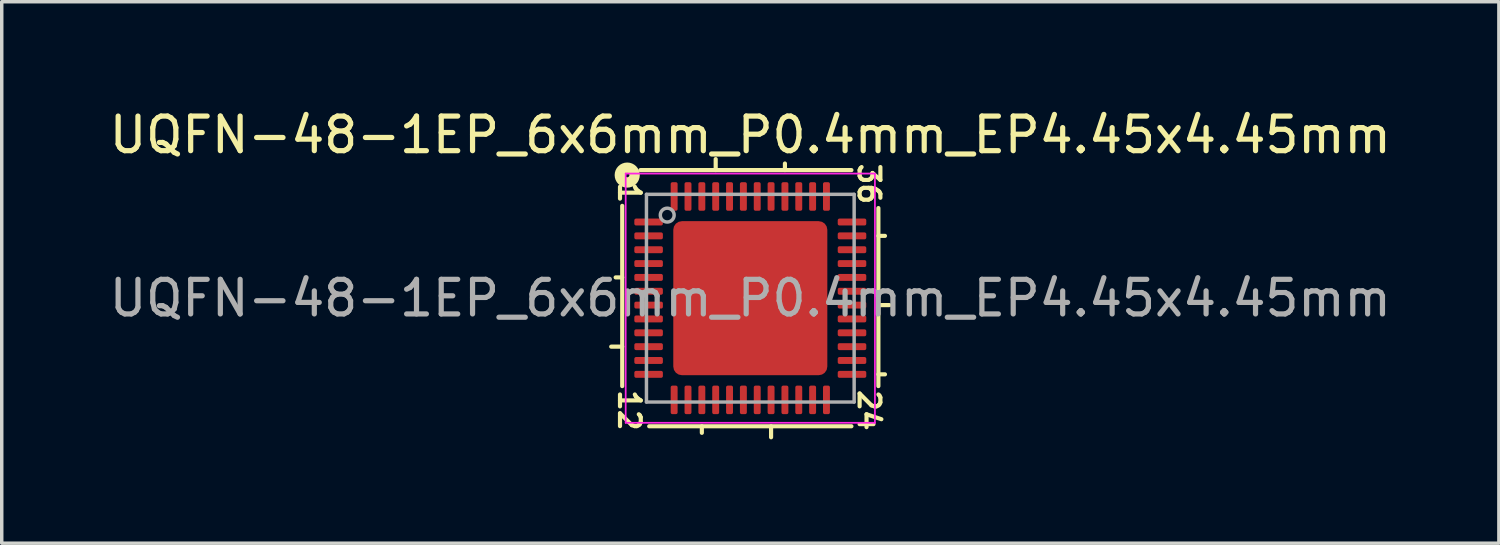
<source format=kicad_pcb>
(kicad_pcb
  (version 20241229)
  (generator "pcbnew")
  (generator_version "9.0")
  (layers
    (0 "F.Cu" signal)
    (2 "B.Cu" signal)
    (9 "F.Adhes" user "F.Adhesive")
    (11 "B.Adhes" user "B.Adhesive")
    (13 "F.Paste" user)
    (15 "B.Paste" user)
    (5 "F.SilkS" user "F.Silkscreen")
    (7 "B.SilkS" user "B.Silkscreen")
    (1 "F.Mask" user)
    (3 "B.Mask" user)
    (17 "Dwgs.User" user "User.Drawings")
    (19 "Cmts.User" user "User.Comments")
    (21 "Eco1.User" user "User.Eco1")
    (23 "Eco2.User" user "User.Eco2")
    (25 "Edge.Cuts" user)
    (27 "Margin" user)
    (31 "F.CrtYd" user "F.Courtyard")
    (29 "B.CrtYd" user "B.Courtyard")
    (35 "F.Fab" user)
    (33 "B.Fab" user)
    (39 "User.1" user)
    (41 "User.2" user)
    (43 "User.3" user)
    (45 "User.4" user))
  (footprint "UQFN-48-1EP_6x6mm_P0.4mm_EP4.45x4.45mm"
    (layer "F.Cu")
    (at 18.625 5.564)
    (property "Reference" "UQFN-48-1EP_6x6mm_P0.4mm_EP4.45x4.45mm" (at 0 -4.716 0) (layer "F.SilkS") (effects (font (size 1 1) (thickness 0.15))))
    (attr smd)
    (fp_line (start -3.7 -2.667) (end -3.7 2.54) (stroke (width 0.12) (type solid)) (layer "F.SilkS"))
    (fp_line (start -3.7 -0.6) (end -3.89 -0.6) (stroke (width 0.12) (type solid)) (layer "F.SilkS"))
    (fp_line (start -3.7 1.4) (end -4.018 1.4) (stroke (width 0.12) (type solid)) (layer "F.SilkS"))
    (fp_line (start -2.921 3.7) (end 2.921 3.7) (stroke (width 0.12) (type solid)) (layer "F.SilkS"))
    (fp_line (start -1.4 3.89) (end -1.4 3.7) (stroke (width 0.12) (type solid)) (layer "F.SilkS"))
    (fp_line (start -1 -3.7) (end -1 -4.018) (stroke (width 0.12) (type solid)) (layer "F.SilkS"))
    (fp_line (start 0.6 3.7) (end 0.6 4.018) (stroke (width 0.12) (type solid)) (layer "F.SilkS"))
    (fp_line (start 1 -3.7) (end 1 -3.89) (stroke (width 0.12) (type solid)) (layer "F.SilkS"))
    (fp_line (start 2.921 -3.7) (end -3.175 -3.7) (stroke (width 0.12) (type solid)) (layer "F.SilkS"))
    (fp_line (start 3.7 -1.8) (end 3.89 -1.8) (stroke (width 0.12) (type solid)) (layer "F.SilkS"))
    (fp_line (start 3.7 0.2) (end 4.018 0.2) (stroke (width 0.12) (type solid)) (layer "F.SilkS"))
    (fp_line (start 3.7 2.2) (end 3.89 2.2) (stroke (width 0.12) (type solid)) (layer "F.SilkS"))
    (fp_line (start 3.7 2.54) (end 3.7 -2.603) (stroke (width 0.12) (type solid)) (layer "F.SilkS"))
    (fp_circle (center -3.556 -3.556) (end -3.493 -3.556) (stroke (width 0.3) (type solid)) (fill no) (layer "F.SilkS"))
    (fp_line (start -3.6 -3.6) (end -3.6 3.6) (stroke (width 0.05) (type solid)) (layer "F.CrtYd"))
    (fp_line (start -3.6 3.6) (end 3.6 3.6) (stroke (width 0.05) (type solid)) (layer "F.CrtYd"))
    (fp_line (start 3.6 -3.6) (end -3.6 -3.6) (stroke (width 0.05) (type solid)) (layer "F.CrtYd"))
    (fp_line (start 3.6 3.6) (end 3.6 -3.6) (stroke (width 0.05) (type solid)) (layer "F.CrtYd"))
    (fp_line (start -3 -3) (end 3 -3) (stroke (width 0.1) (type solid)) (layer "F.Fab"))
    (fp_line (start -3 3) (end -3 -3) (stroke (width 0.1) (type solid)) (layer "F.Fab"))
    (fp_line (start 3 -3) (end 3 3) (stroke (width 0.1) (type solid)) (layer "F.Fab"))
    (fp_line (start 3 3) (end -3 3) (stroke (width 0.1) (type solid)) (layer "F.Fab"))
    (fp_circle (center -2.4 -2.4) (end -2.2 -2.4) (stroke (width 0.1) (type solid)) (fill no) (layer "F.Fab"))
    (fp_text user "24" (at 3.429 3.239 270) (unlocked yes) (layer "F.SilkS") (effects (font (size 0.6 0.6) (thickness 0.12))))
    (fp_text user "1" (at -3.493 -3.048 270) (unlocked yes) (layer "F.SilkS") (effects (font (size 0.6 0.6) (thickness 0.12))))
    (fp_text user "12" (at -3.493 3.239 270) (unlocked yes) (layer "F.SilkS") (effects (font (size 0.6 0.6) (thickness 0.12))))
    (fp_text user "36" (at 3.429 -3.302 270) (unlocked yes) (layer "F.SilkS") (effects (font (size 0.6 0.6) (thickness 0.12))))
    (fp_text user "${REFERENCE}" (at 0 0 0) (layer "F.Fab") (effects (font (size 1 1) (thickness 0.15))))
    (pad "" smd roundrect (at -1.48 -1.48) (size 1.2 1.2) (layers "F.Paste") (roundrect_rratio 0.208))
    (pad "" smd roundrect (at -1.48 0) (size 1.2 1.2) (layers "F.Paste") (roundrect_rratio 0.208))
    (pad "" smd roundrect (at -1.48 1.48) (size 1.2 1.2) (layers "F.Paste") (roundrect_rratio 0.208))
    (pad "" smd roundrect (at 0 -1.48) (size 1.2 1.2) (layers "F.Paste") (roundrect_rratio 0.208))
    (pad "" smd roundrect (at 0 0) (size 1.2 1.2) (layers "F.Paste") (roundrect_rratio 0.208))
    (pad "" smd roundrect (at 0 1.48) (size 1.2 1.2) (layers "F.Paste") (roundrect_rratio 0.208))
    (pad "" smd roundrect (at 1.48 -1.48) (size 1.2 1.2) (layers "F.Paste") (roundrect_rratio 0.208))
    (pad "" smd roundrect (at 1.48 0) (size 1.2 1.2) (layers "F.Paste") (roundrect_rratio 0.208))
    (pad "" smd roundrect (at 1.48 1.48) (size 1.2 1.2) (layers "F.Paste") (roundrect_rratio 0.208))
    (pad "1" smd roundrect (at -2.938 -2.2) (size 0.825 0.2) (layers "F.Cu" "F.Mask" "F.Paste") (roundrect_rratio 0.25))
    (pad "2" smd roundrect (at -2.938 -1.8) (size 0.825 0.2) (layers "F.Cu" "F.Mask" "F.Paste") (roundrect_rratio 0.25))
    (pad "3" smd roundrect (at -2.938 -1.4) (size 0.825 0.2) (layers "F.Cu" "F.Mask" "F.Paste") (roundrect_rratio 0.25))
    (pad "4" smd roundrect (at -2.938 -1) (size 0.825 0.2) (layers "F.Cu" "F.Mask" "F.Paste") (roundrect_rratio 0.25))
    (pad "5" smd roundrect (at -2.938 -0.6) (size 0.825 0.2) (layers "F.Cu" "F.Mask" "F.Paste") (roundrect_rratio 0.25))
    (pad "6" smd roundrect (at -2.938 -0.2) (size 0.825 0.2) (layers "F.Cu" "F.Mask" "F.Paste") (roundrect_rratio 0.25))
    (pad "7" smd roundrect (at -2.938 0.2) (size 0.825 0.2) (layers "F.Cu" "F.Mask" "F.Paste") (roundrect_rratio 0.25))
    (pad "8" smd roundrect (at -2.938 0.6) (size 0.825 0.2) (layers "F.Cu" "F.Mask" "F.Paste") (roundrect_rratio 0.25))
    (pad "9" smd roundrect (at -2.938 1) (size 0.825 0.2) (layers "F.Cu" "F.Mask" "F.Paste") (roundrect_rratio 0.25))
    (pad "10" smd roundrect (at -2.938 1.4) (size 0.825 0.2) (layers "F.Cu" "F.Mask" "F.Paste") (roundrect_rratio 0.25))
    (pad "11" smd roundrect (at -2.938 1.8) (size 0.825 0.2) (layers "F.Cu" "F.Mask" "F.Paste") (roundrect_rratio 0.25))
    (pad "12" smd roundrect (at -2.938 2.2) (size 0.825 0.2) (layers "F.Cu" "F.Mask" "F.Paste") (roundrect_rratio 0.25))
    (pad "13" smd roundrect (at -2.2 2.938) (size 0.2 0.825) (layers "F.Cu" "F.Mask" "F.Paste") (roundrect_rratio 0.25))
    (pad "14" smd roundrect (at -1.8 2.938) (size 0.2 0.825) (layers "F.Cu" "F.Mask" "F.Paste") (roundrect_rratio 0.25))
    (pad "15" smd roundrect (at -1.4 2.938) (size 0.2 0.825) (layers "F.Cu" "F.Mask" "F.Paste") (roundrect_rratio 0.25))
    (pad "16" smd roundrect (at -1 2.938) (size 0.2 0.825) (layers "F.Cu" "F.Mask" "F.Paste") (roundrect_rratio 0.25))
    (pad "17" smd roundrect (at -0.6 2.938) (size 0.2 0.825) (layers "F.Cu" "F.Mask" "F.Paste") (roundrect_rratio 0.25))
    (pad "18" smd roundrect (at -0.2 2.938) (size 0.2 0.825) (layers "F.Cu" "F.Mask" "F.Paste") (roundrect_rratio 0.25))
    (pad "19" smd roundrect (at 0.2 2.938) (size 0.2 0.825) (layers "F.Cu" "F.Mask" "F.Paste") (roundrect_rratio 0.25))
    (pad "20" smd roundrect (at 0.6 2.938) (size 0.2 0.825) (layers "F.Cu" "F.Mask" "F.Paste") (roundrect_rratio 0.25))
    (pad "21" smd roundrect (at 1 2.938) (size 0.2 0.825) (layers "F.Cu" "F.Mask" "F.Paste") (roundrect_rratio 0.25))
    (pad "22" smd roundrect (at 1.4 2.938) (size 0.2 0.825) (layers "F.Cu" "F.Mask" "F.Paste") (roundrect_rratio 0.25))
    (pad "23" smd roundrect (at 1.8 2.938) (size 0.2 0.825) (layers "F.Cu" "F.Mask" "F.Paste") (roundrect_rratio 0.25))
    (pad "24" smd roundrect (at 2.2 2.938) (size 0.2 0.825) (layers "F.Cu" "F.Mask" "F.Paste") (roundrect_rratio 0.25))
    (pad "25" smd roundrect (at 2.938 2.2) (size 0.825 0.2) (layers "F.Cu" "F.Mask" "F.Paste") (roundrect_rratio 0.25))
    (pad "26" smd roundrect (at 2.938 1.8) (size 0.825 0.2) (layers "F.Cu" "F.Mask" "F.Paste") (roundrect_rratio 0.25))
    (pad "27" smd roundrect (at 2.938 1.4) (size 0.825 0.2) (layers "F.Cu" "F.Mask" "F.Paste") (roundrect_rratio 0.25))
    (pad "28" smd roundrect (at 2.938 1) (size 0.825 0.2) (layers "F.Cu" "F.Mask" "F.Paste") (roundrect_rratio 0.25))
    (pad "29" smd roundrect (at 2.938 0.6) (size 0.825 0.2) (layers "F.Cu" "F.Mask" "F.Paste") (roundrect_rratio 0.25))
    (pad "30" smd roundrect (at 2.938 0.2) (size 0.825 0.2) (layers "F.Cu" "F.Mask" "F.Paste") (roundrect_rratio 0.25))
    (pad "31" smd roundrect (at 2.938 -0.2) (size 0.825 0.2) (layers "F.Cu" "F.Mask" "F.Paste") (roundrect_rratio 0.25))
    (pad "32" smd roundrect (at 2.938 -0.6) (size 0.825 0.2) (layers "F.Cu" "F.Mask" "F.Paste") (roundrect_rratio 0.25))
    (pad "33" smd roundrect (at 2.938 -1) (size 0.825 0.2) (layers "F.Cu" "F.Mask" "F.Paste") (roundrect_rratio 0.25))
    (pad "34" smd roundrect (at 2.938 -1.4) (size 0.825 0.2) (layers "F.Cu" "F.Mask" "F.Paste") (roundrect_rratio 0.25))
    (pad "35" smd roundrect (at 2.938 -1.8) (size 0.825 0.2) (layers "F.Cu" "F.Mask" "F.Paste") (roundrect_rratio 0.25))
    (pad "36" smd roundrect (at 2.938 -2.2) (size 0.825 0.2) (layers "F.Cu" "F.Mask" "F.Paste") (roundrect_rratio 0.25))
    (pad "37" smd roundrect (at 2.2 -2.938) (size 0.2 0.825) (layers "F.Cu" "F.Mask" "F.Paste") (roundrect_rratio 0.25))
    (pad "38" smd roundrect (at 1.8 -2.938) (size 0.2 0.825) (layers "F.Cu" "F.Mask" "F.Paste") (roundrect_rratio 0.25))
    (pad "39" smd roundrect (at 1.4 -2.938) (size 0.2 0.825) (layers "F.Cu" "F.Mask" "F.Paste") (roundrect_rratio 0.25))
    (pad "40" smd roundrect (at 1 -2.938) (size 0.2 0.825) (layers "F.Cu" "F.Mask" "F.Paste") (roundrect_rratio 0.25))
    (pad "41" smd roundrect (at 0.6 -2.938) (size 0.2 0.825) (layers "F.Cu" "F.Mask" "F.Paste") (roundrect_rratio 0.25))
    (pad "42" smd roundrect (at 0.2 -2.938) (size 0.2 0.825) (layers "F.Cu" "F.Mask" "F.Paste") (roundrect_rratio 0.25))
    (pad "43" smd roundrect (at -0.2 -2.938) (size 0.2 0.825) (layers "F.Cu" "F.Mask" "F.Paste") (roundrect_rratio 0.25))
    (pad "44" smd roundrect (at -0.6 -2.938) (size 0.2 0.825) (layers "F.Cu" "F.Mask" "F.Paste") (roundrect_rratio 0.25))
    (pad "45" smd roundrect (at -1 -2.938) (size 0.2 0.825) (layers "F.Cu" "F.Mask" "F.Paste") (roundrect_rratio 0.25))
    (pad "46" smd roundrect (at -1.4 -2.938) (size 0.2 0.825) (layers "F.Cu" "F.Mask" "F.Paste") (roundrect_rratio 0.25))
    (pad "47" smd roundrect (at -1.8 -2.938) (size 0.2 0.825) (layers "F.Cu" "F.Mask" "F.Paste") (roundrect_rratio 0.25))
    (pad "48" smd roundrect (at -2.2 -2.938) (size 0.2 0.825) (layers "F.Cu" "F.Mask" "F.Paste") (roundrect_rratio 0.25))
    (pad "49" smd roundrect (at 0 0) (size 4.45 4.45) (layers "F.Cu" "F.Mask") (roundrect_rratio 0.056)))
  (gr_rect
    (start -3 -3)
    (end 40.25 12.642)
    (stroke (width 0.1) (type default))
    (fill no)
    (layer "Edge.Cuts")))
</source>
